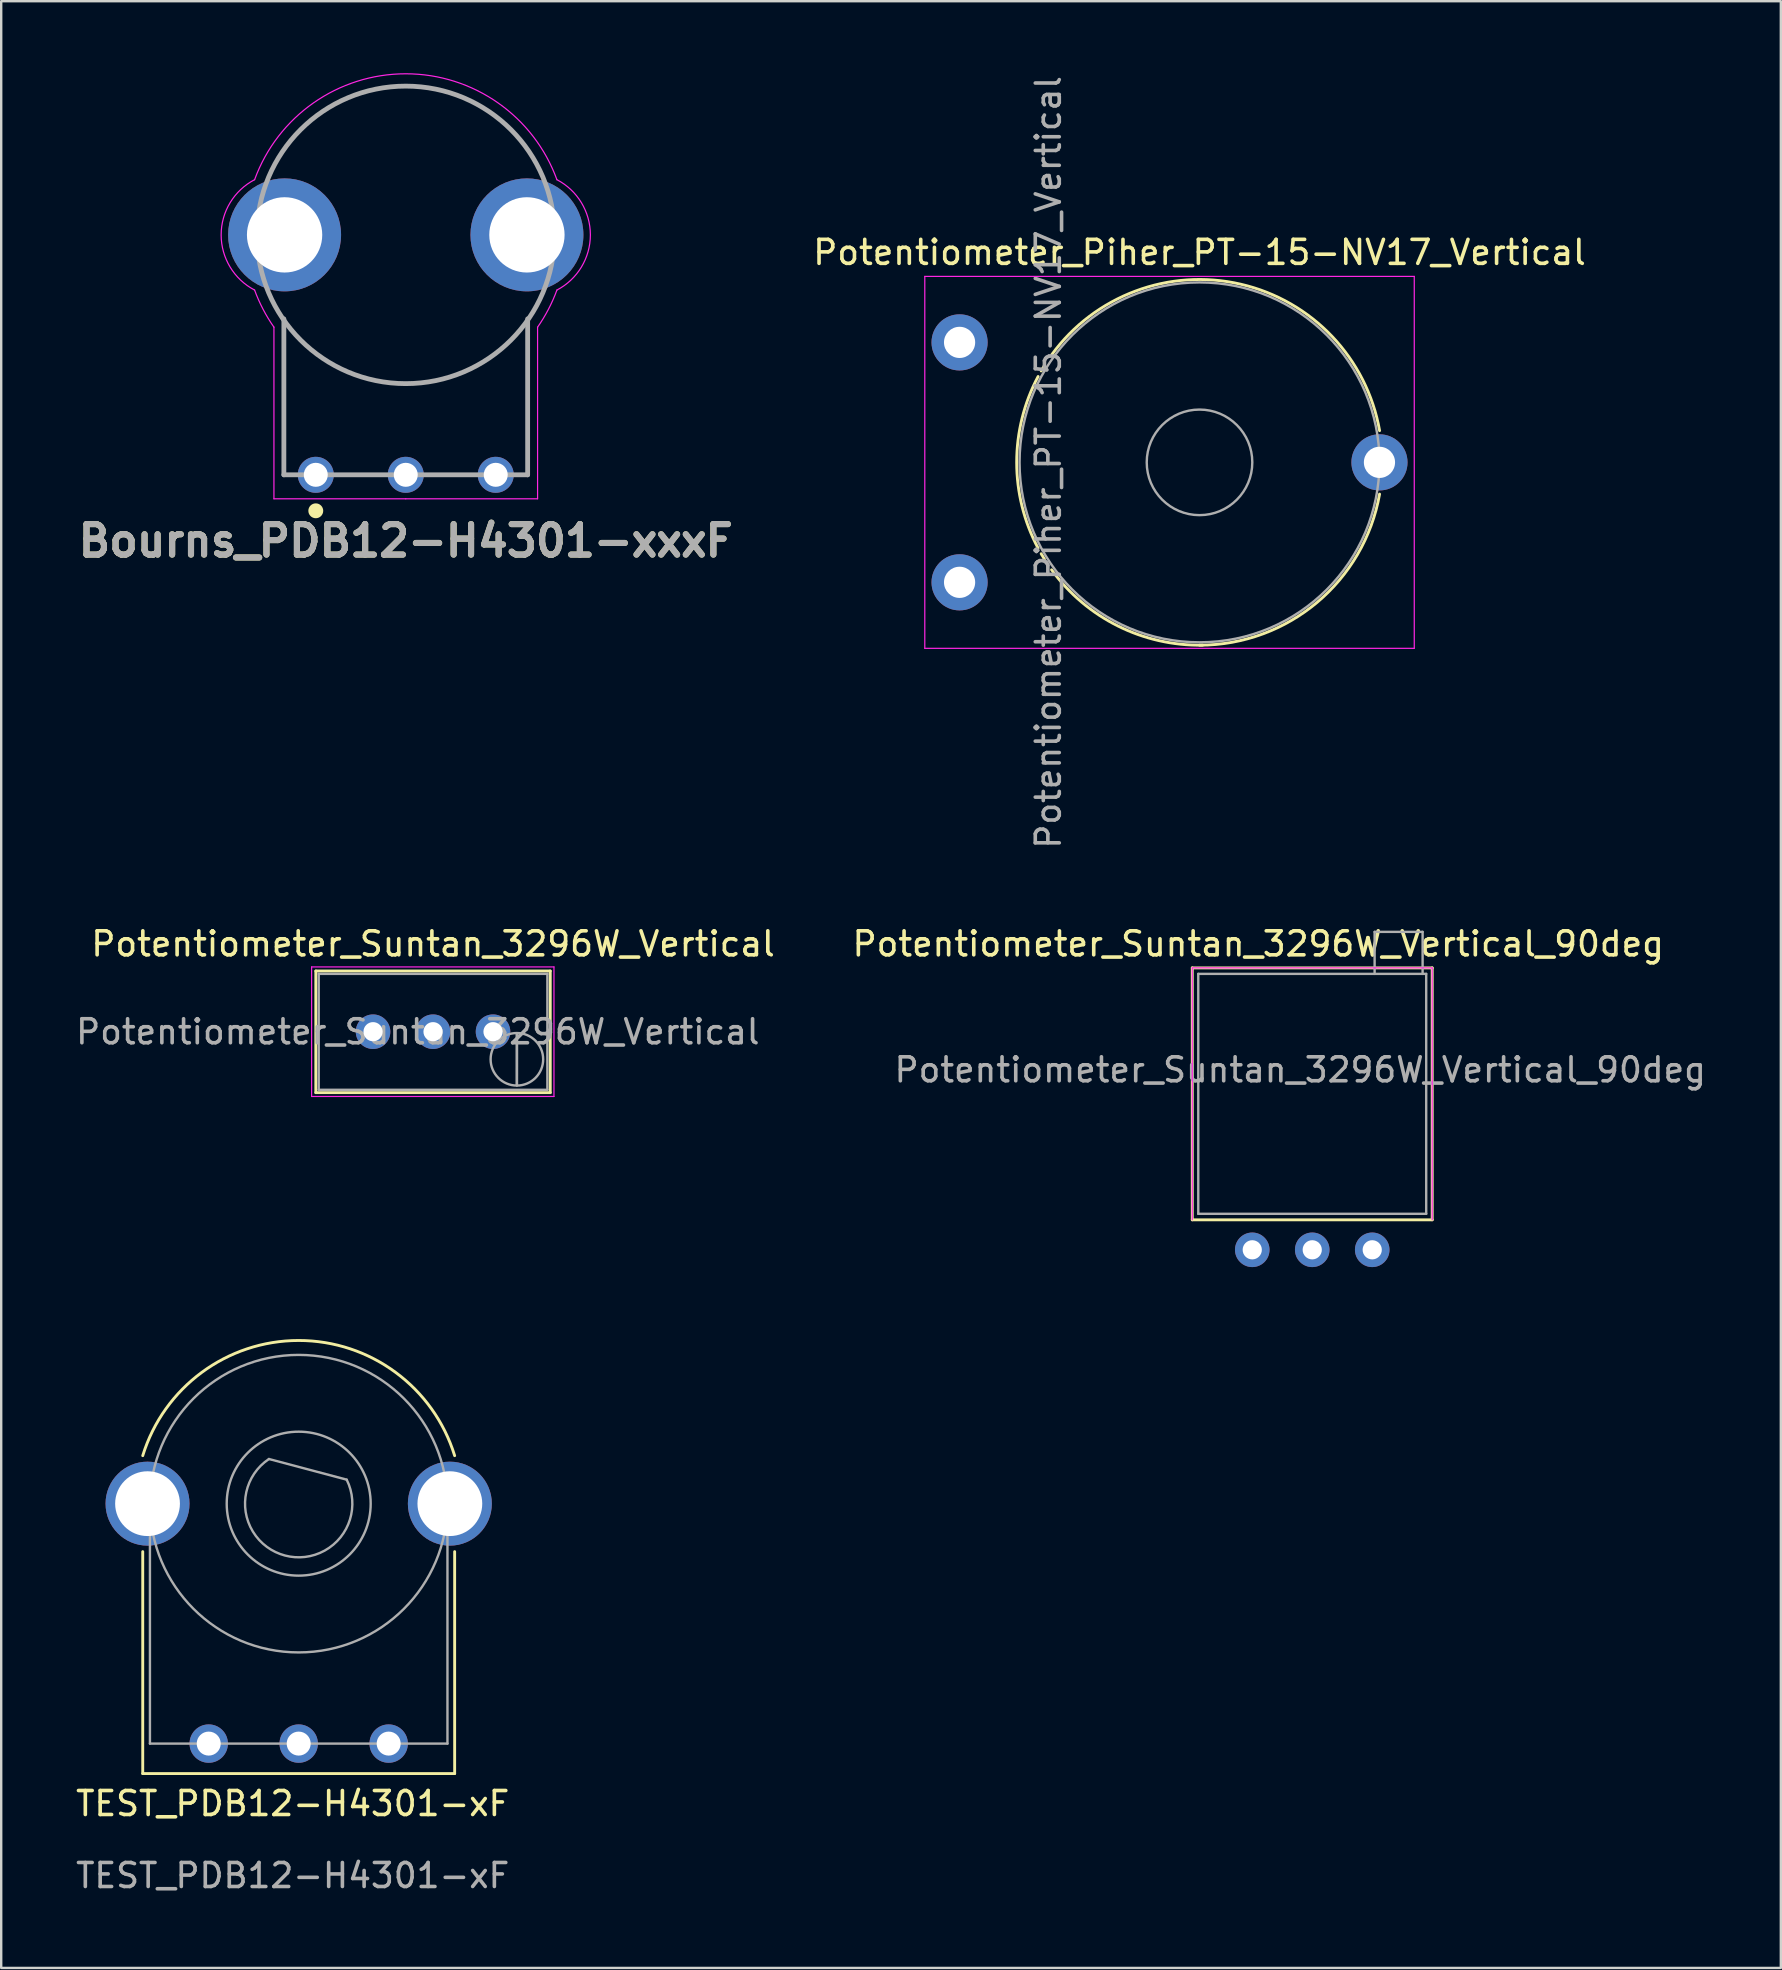
<source format=kicad_pcb>
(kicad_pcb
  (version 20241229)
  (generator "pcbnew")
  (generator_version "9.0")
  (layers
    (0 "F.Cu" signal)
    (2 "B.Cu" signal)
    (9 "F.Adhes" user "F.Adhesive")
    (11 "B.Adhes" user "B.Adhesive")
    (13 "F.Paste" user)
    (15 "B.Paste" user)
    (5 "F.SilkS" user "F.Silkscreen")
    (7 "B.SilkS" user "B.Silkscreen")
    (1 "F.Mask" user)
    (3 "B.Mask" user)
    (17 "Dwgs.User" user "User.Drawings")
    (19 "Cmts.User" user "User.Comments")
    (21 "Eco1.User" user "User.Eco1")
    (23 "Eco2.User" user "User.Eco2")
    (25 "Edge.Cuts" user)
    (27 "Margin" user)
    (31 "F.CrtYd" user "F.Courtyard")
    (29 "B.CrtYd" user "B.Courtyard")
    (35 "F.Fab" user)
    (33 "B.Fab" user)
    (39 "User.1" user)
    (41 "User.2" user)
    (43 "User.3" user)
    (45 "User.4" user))
  (footprint "Potentiometer_Piher_PT-15-NV17_Vertical"
    (layer "F.Cu")
    (at 39.443 21.22)
    (property "Reference" "Potentiometer_Piher_PT-15-NV17_Vertical" (at 7.5 -13.75 0) (layer "F.SilkS") (effects (font (size 1 1) (thickness 0.15))))
    (attr through_hole)
    (fp_arc (start 0.772013 -1.423856) (mid -0.119358 -5.001051) (end 0.773 -8.578) (stroke (width 0.12) (type solid)) (layer "F.SilkS"))
    (fp_arc (start 0.902012 -8.810055) (mid 0.969511 -8.924625) (end 1.039 -9.038) (stroke (width 0.12) (type solid)) (layer "F.SilkS"))
    (fp_arc (start 1.037952 -0.963019) (mid 0.968481 -1.076412) (end 0.901 -1.191) (stroke (width 0.12) (type solid)) (layer "F.SilkS"))
    (fp_arc (start 1.335622 -9.480307) (mid 9.21553 -12.424935) (end 15.005 -6.322) (stroke (width 0.12) (type solid)) (layer "F.SilkS"))
    (fp_arc (start 7.632064 2.618548) (mid 4.099288 1.818715) (end 1.335 -0.522) (stroke (width 0.12) (type solid)) (layer "F.SilkS"))
    (fp_arc (start 15.004235 -3.676801) (mid 12.398042 0.837259) (end 7.5 2.62) (stroke (width 0.12) (type solid)) (layer "F.SilkS"))
    (fp_line (start -3.95 -12.75) (end -3.95 2.75) (stroke (width 0.05) (type solid)) (layer "F.CrtYd"))
    (fp_line (start -3.95 2.75) (end 16.45 2.75) (stroke (width 0.05) (type solid)) (layer "F.CrtYd"))
    (fp_line (start 16.45 -12.75) (end -3.95 -12.75) (stroke (width 0.05) (type solid)) (layer "F.CrtYd"))
    (fp_line (start 16.45 2.75) (end 16.45 -12.75) (stroke (width 0.05) (type solid)) (layer "F.CrtYd"))
    (fp_circle (center 7.5 -5) (end 9.7 -5) (stroke (width 0.1) (type solid)) (fill no) (layer "F.Fab"))
    (fp_circle (center 7.5 -5) (end 15 -5) (stroke (width 0.1) (type solid)) (fill no) (layer "F.Fab"))
    (fp_text user "${REFERENCE}" (at 1.2 -5 90) (layer "F.Fab") (effects (font (size 1 1) (thickness 0.15))))
    (pad "1" thru_hole circle (at -2.5 0) (size 2.34 2.34) (drill 1.3) (layers "*.Cu" "*.Mask"))
    (pad "2" thru_hole circle (at 15 -5) (size 2.34 2.34) (drill 1.3) (layers "*.Cu" "*.Mask"))
    (pad "3" thru_hole circle (at -2.5 -10) (size 2.34 2.34) (drill 1.3) (layers "*.Cu" "*.Mask")))
  (footprint "Bourns_PDB12-H4301-xxxF"
    (layer "F.Cu")
    (at 13.861 6.739)
    (property "Reference" "Bourns_PDB12-H4301-xxxF" (at 0 12.75 0) (layer "F.SilkS") (effects (font (size 1.27 1.27) (thickness 0.254))))
    (attr through_hole)
    (fp_line (start -5.08 3.5) (end -5.08 10) (stroke (width 0.1) (type solid)) (layer "F.SilkS"))
    (fp_line (start -5.08 10) (end -4.8 10) (stroke (width 0.1) (type solid)) (layer "F.SilkS"))
    (fp_line (start -0.3 -6.2) (end 0.3 -6.2) (stroke (width 0.1) (type solid)) (layer "F.SilkS"))
    (fp_line (start 4.8 10) (end 5.1 10) (stroke (width 0.1) (type solid)) (layer "F.SilkS"))
    (fp_line (start 5.1 10) (end 5.08 3.6) (stroke (width 0.1) (type solid)) (layer "F.SilkS"))
    (fp_circle (center -3.75 11.5) (end -3.5 11.5) (stroke (width 0.12) (type solid)) (fill yes) (layer "F.SilkS"))
    (fp_line (start -5.494 3.846) (end -5.494 11) (stroke (width 0.05) (type solid)) (layer "F.CrtYd"))
    (fp_line (start -5.494 11) (end 0 11) (stroke (width 0.05) (type solid)) (layer "F.CrtYd"))
    (fp_line (start 5.494 3.846) (end 5.494 11) (stroke (width 0.05) (type solid)) (layer "F.CrtYd"))
    (fp_line (start 5.494 11) (end 0 11) (stroke (width 0.05) (type solid)) (layer "F.CrtYd"))
    (fp_arc (start -6.3 -2.3) (mid 0 -6.713689) (end 6.3 -2.3) (stroke (width 0.05) (type solid)) (layer "F.CrtYd"))
    (fp_arc (start -6.3 2.3) (mid -7.694301 0.000001) (end -6.3 -2.3) (stroke (width 0.05) (type solid)) (layer "F.CrtYd"))
    (fp_arc (start -5.494353 3.846047) (mid -5.947504 3.099249) (end -6.3 2.3) (stroke (width 0.05) (type solid)) (layer "F.CrtYd"))
    (fp_arc (start 6.3 -2.3) (mid 7.694224 0) (end 6.3 2.3) (stroke (width 0.05) (type solid)) (layer "F.CrtYd"))
    (fp_arc (start 6.3 2.3) (mid 5.947626 3.099313) (end 5.494353 3.846047) (stroke (width 0.05) (type solid)) (layer "F.CrtYd"))
    (fp_line (start -6.2 0) (end -6.2 0) (stroke (width 0.2) (type solid)) (layer "F.Fab"))
    (fp_line (start -5.08 3.5) (end -5.08 10) (stroke (width 0.2) (type solid)) (layer "F.Fab"))
    (fp_line (start -5.08 10) (end 5.08 10) (stroke (width 0.2) (type solid)) (layer "F.Fab"))
    (fp_line (start 5.08 10) (end 5.08 3.5) (stroke (width 0.2) (type solid)) (layer "F.Fab"))
    (fp_line (start 6.2 0) (end 6.2 0) (stroke (width 0.2) (type solid)) (layer "F.Fab"))
    (fp_arc (start -6.2 0) (mid 0 -6.2) (end 6.2 0) (stroke (width 0.2) (type solid)) (layer "F.Fab"))
    (fp_arc (start 6.2 0) (mid 0 6.2) (end -6.2 0) (stroke (width 0.2) (type solid)) (layer "F.Fab"))
    (fp_text user "${REFERENCE}" (at 0 12.75 0) (layer "F.Fab") (effects (font (size 1.27 1.27) (thickness 0.254))))
    (pad "1" thru_hole circle (at -3.75 10) (size 1.5 1.5) (drill 1) (layers "*.Cu" "*.Mask"))
    (pad "2" thru_hole circle (at 0 10) (size 1.5 1.5) (drill 1) (layers "*.Cu" "*.Mask"))
    (pad "3" thru_hole circle (at 3.75 10) (size 1.5 1.5) (drill 1) (layers "*.Cu" "*.Mask"))
    (pad "MH1" thru_hole circle (at -5.05 0) (size 4.708 4.708) (drill 3.139) (layers "*.Cu" "*.Mask"))
    (pad "MH2" thru_hole circle (at 5.05 0) (size 4.708 4.708) (drill 3.139) (layers "*.Cu" "*.Mask")))
  (footprint "Potentiometer_Suntan_3296W_Vertical"
    (layer "F.Cu")
    (at 17.498 39.949)
    (property "Reference" "Potentiometer_Suntan_3296W_Vertical" (at -2.5 -3.66 0) (layer "F.SilkS") (effects (font (size 1 1) (thickness 0.15))))
    (attr through_hole)
    (fp_line (start -7.385 -2.53) (end -7.385 2.54) (stroke (width 0.12) (type solid)) (layer "F.SilkS"))
    (fp_line (start -7.385 -2.53) (end 2.385 -2.53) (stroke (width 0.12) (type solid)) (layer "F.SilkS"))
    (fp_line (start -7.385 2.54) (end 2.385 2.54) (stroke (width 0.12) (type solid)) (layer "F.SilkS"))
    (fp_line (start 2.385 -2.53) (end 2.385 2.54) (stroke (width 0.12) (type solid)) (layer "F.SilkS"))
    (fp_line (start -7.56 -2.7) (end -7.56 2.7) (stroke (width 0.05) (type solid)) (layer "F.CrtYd"))
    (fp_line (start -7.56 2.7) (end 2.54 2.7) (stroke (width 0.05) (type solid)) (layer "F.CrtYd"))
    (fp_line (start 2.54 -2.7) (end -7.56 -2.7) (stroke (width 0.05) (type solid)) (layer "F.CrtYd"))
    (fp_line (start 2.54 2.7) (end 2.54 -2.7) (stroke (width 0.05) (type solid)) (layer "F.CrtYd"))
    (fp_line (start -7.265 -2.41) (end -7.265 2.42) (stroke (width 0.1) (type solid)) (layer "F.Fab"))
    (fp_line (start -7.265 2.42) (end 2.265 2.42) (stroke (width 0.1) (type solid)) (layer "F.Fab"))
    (fp_line (start 0.995 2.235) (end 0.996 0.066) (stroke (width 0.1) (type solid)) (layer "F.Fab"))
    (fp_line (start 0.995 2.235) (end 0.996 0.066) (stroke (width 0.1) (type solid)) (layer "F.Fab"))
    (fp_line (start 2.265 -2.41) (end -7.265 -2.41) (stroke (width 0.1) (type solid)) (layer "F.Fab"))
    (fp_line (start 2.265 2.42) (end 2.265 -2.41) (stroke (width 0.1) (type solid)) (layer "F.Fab"))
    (fp_circle (center 0.995 1.15) (end 2.09 1.15) (stroke (width 0.1) (type solid)) (fill no) (layer "F.Fab"))
    (fp_text user "${REFERENCE}" (at -3.135 0.005 0) (layer "F.Fab") (effects (font (size 1 1) (thickness 0.15))))
    (pad "1" thru_hole circle (at 0 0) (size 1.44 1.44) (drill 0.8) (layers "*.Cu" "*.Mask"))
    (pad "2" thru_hole circle (at -2.5 0) (size 1.44 1.44) (drill 0.8) (layers "*.Cu" "*.Mask"))
    (pad "3" thru_hole circle (at -5 0) (size 1.44 1.44) (drill 0.8) (layers "*.Cu" "*.Mask")))
  (footprint "TEST_PDB12-H4301-xF"
    (layer "F.Cu")
    (at 9.399 64.619)
    (property "Reference" "TEST_PDB12-H4301-xF" (at -0.25 7.5 0) (unlocked yes) (layer "F.SilkS") (effects (font (size 1 1) (thickness 0.15))))
    (attr through_hole)
    (fp_line (start -6.5 -3) (end -6.5 6.25) (stroke (width 0.12) (type solid)) (layer "F.SilkS"))
    (fp_line (start -6.5 6.25) (end 6.5 6.25) (stroke (width 0.12) (type solid)) (layer "F.SilkS"))
    (fp_line (start 6.5 6.25) (end 6.5 -3) (stroke (width 0.12) (type solid)) (layer "F.SilkS"))
    (fp_arc (start -6.5 -7) (mid 0 -11.800735) (end 6.5 -7) (stroke (width 0.12) (type solid)) (layer "F.SilkS"))
    (fp_line (start -6.2 5) (end -6.2 -5) (stroke (width 0.1) (type solid)) (layer "F.Fab"))
    (fp_line (start -6.2 5) (end 6.2 5) (stroke (width 0.1) (type solid)) (layer "F.Fab"))
    (fp_line (start 2 -6) (end -1.24 -6.861) (stroke (width 0.1) (type solid)) (layer "F.Fab"))
    (fp_line (start 6.2 5) (end 6.2 -5) (stroke (width 0.1) (type solid)) (layer "F.Fab"))
    (fp_arc (start 1.999999 -6) (mid -0.573926 -2.838842) (end -1.240347 -6.86052) (stroke (width 0.1) (type solid)) (layer "F.Fab"))
    (fp_circle (center 0 -5) (end 3 -5) (stroke (width 0.1) (type solid)) (fill no) (layer "F.Fab"))
    (fp_circle (center 0 -5) (end 6.2 -5) (stroke (width 0.1) (type solid)) (fill no) (layer "F.Fab"))
    (fp_text user "${REFERENCE}" (at -0.25 10.5 0) (unlocked yes) (layer "F.Fab") (effects (font (size 1 1) (thickness 0.15))))
    (pad "1" thru_hole circle (at -3.75 5) (size 1.6 1.6) (drill 1) (layers "*.Cu" "*.Mask"))
    (pad "2" thru_hole circle (at 0 5) (size 1.6 1.6) (drill 1) (layers "*.Cu" "*.Mask"))
    (pad "3" thru_hole circle (at 3.75 5) (size 1.6 1.6) (drill 1) (layers "*.Cu" "*.Mask"))
    (pad "4" thru_hole circle (at -6.3 -5) (size 3.5 3.5) (drill 2.7) (layers "*.Cu" "*.Mask"))
    (pad "4" thru_hole circle (at 6.3 -5) (size 3.5 3.5) (drill 2.7) (layers "*.Cu" "*.Mask")))
  (footprint "Potentiometer_Suntan_3296W_Vertical_90deg"
    (layer "F.Cu")
    (at 51.641 49.039)
    (property "Reference" "Potentiometer_Suntan_3296W_Vertical_90deg" (at -2.25 -12.75 0) (layer "F.SilkS") (effects (font (size 1 1) (thickness 0.15))))
    (attr through_hole)
    (fp_line (start -5 -11.75) (end -5 -1.25) (stroke (width 0.12) (type solid)) (layer "F.SilkS"))
    (fp_line (start -5 -11.75) (end 5 -11.75) (stroke (width 0.12) (type solid)) (layer "F.SilkS"))
    (fp_line (start -5 -1.25) (end 5 -1.25) (stroke (width 0.12) (type solid)) (layer "F.SilkS"))
    (fp_line (start 5 -11.75) (end 5 -1.25) (stroke (width 0.12) (type solid)) (layer "F.SilkS"))
    (fp_line (start 5 -1.25) (end -5 -1.25) (stroke (width 0.05) (type solid)) (layer "Margin"))
    (fp_line (start -5 -11.75) (end 5 -11.75) (stroke (width 0.05) (type solid)) (layer "F.CrtYd"))
    (fp_line (start -5 -1.25) (end -5 -11.75) (stroke (width 0.05) (type default)) (layer "F.CrtYd"))
    (fp_line (start 5 -11.75) (end 5 -1.25) (stroke (width 0.05) (type default)) (layer "F.CrtYd"))
    (fp_line (start -4.75 -11.5) (end 4.75 -11.5) (stroke (width 0.1) (type solid)) (layer "F.Fab"))
    (fp_line (start -4.75 -1.5) (end -4.75 -11.5) (stroke (width 0.1) (type default)) (layer "F.Fab"))
    (fp_line (start 2.6 -13.25) (end 2.6 -11.5) (stroke (width 0.1) (type default)) (layer "F.Fab"))
    (fp_line (start 2.6 -13.25) (end 4.6 -13.25) (stroke (width 0.1) (type default)) (layer "F.Fab"))
    (fp_line (start 4.6 -11.5) (end 4.6 -13.25) (stroke (width 0.1) (type default)) (layer "F.Fab"))
    (fp_line (start 4.75 -11.5) (end 4.75 -1.5) (stroke (width 0.1) (type default)) (layer "F.Fab"))
    (fp_line (start 4.75 -1.5) (end -4.75 -1.5) (stroke (width 0.1) (type solid)) (layer "F.Fab"))
    (fp_text user "${REFERENCE}" (at -0.5 -7.5 0) (layer "F.Fab") (effects (font (size 1 1) (thickness 0.15))))
    (pad "1" thru_hole circle (at 2.5 0) (size 1.44 1.44) (drill 0.8) (layers "*.Cu" "*.Mask"))
    (pad "2" thru_hole circle (at 0 0) (size 1.44 1.44) (drill 0.8) (layers "*.Cu" "*.Mask"))
    (pad "3" thru_hole circle (at -2.5 0) (size 1.44 1.44) (drill 0.8) (layers "*.Cu" "*.Mask")))
  (gr_rect
    (start -3 -3)
    (end 71.171 78.968)
    (stroke (width 0.1) (type default))
    (fill no)
    (layer "Edge.Cuts")))
</source>
